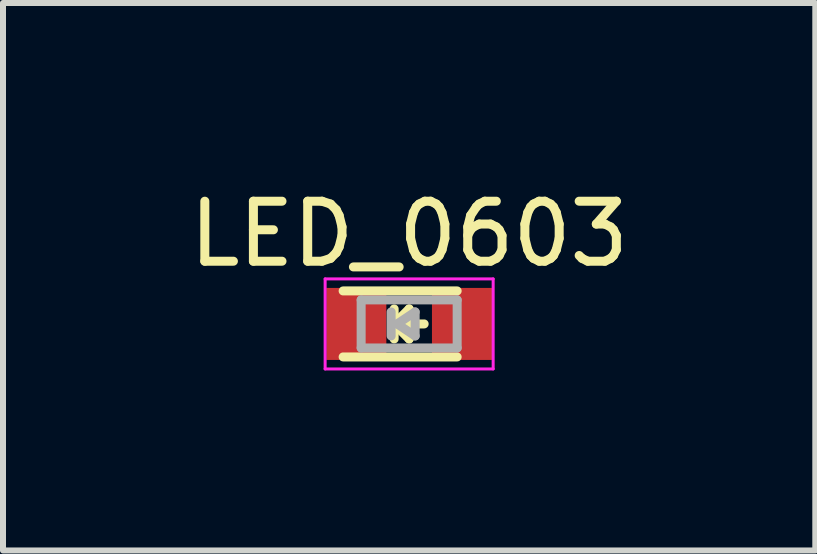
<source format=kicad_pcb>
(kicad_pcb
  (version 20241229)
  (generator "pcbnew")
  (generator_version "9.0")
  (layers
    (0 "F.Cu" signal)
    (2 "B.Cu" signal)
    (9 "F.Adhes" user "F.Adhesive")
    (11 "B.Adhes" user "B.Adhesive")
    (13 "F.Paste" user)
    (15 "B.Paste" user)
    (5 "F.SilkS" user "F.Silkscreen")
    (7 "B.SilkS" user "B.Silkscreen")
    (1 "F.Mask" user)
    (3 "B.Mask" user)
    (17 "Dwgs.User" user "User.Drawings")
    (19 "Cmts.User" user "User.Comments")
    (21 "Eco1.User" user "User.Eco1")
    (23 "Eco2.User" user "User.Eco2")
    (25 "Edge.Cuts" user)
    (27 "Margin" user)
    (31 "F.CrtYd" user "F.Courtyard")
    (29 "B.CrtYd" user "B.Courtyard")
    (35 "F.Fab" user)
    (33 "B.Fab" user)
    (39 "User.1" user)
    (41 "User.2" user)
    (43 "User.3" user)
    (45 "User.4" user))
  (footprint "LED_0603"
    (layer "F.Cu")
    (at 3.768 2.348)
    (property "Reference" "LED_0603" (at 0 -1.5 0) (layer "F.SilkS") (effects (font (size 1 1) (thickness 0.15))))
    (attr smd)
    (fp_line (start -1.1 -0.55) (end 0.8 -0.55) (stroke (width 0.15) (type solid)) (layer "F.SilkS"))
    (fp_line (start -1.1 0.55) (end 0.8 0.55) (stroke (width 0.15) (type solid)) (layer "F.SilkS"))
    (fp_line (start -0.25 -0.25) (end -0.25 0.25) (stroke (width 0.15) (type solid)) (layer "F.SilkS"))
    (fp_line (start -0.25 0) (end 0 -0.25) (stroke (width 0.15) (type solid)) (layer "F.SilkS"))
    (fp_line (start -0.2 0) (end 0.25 0) (stroke (width 0.15) (type solid)) (layer "F.SilkS"))
    (fp_line (start 0 -0.25) (end 0 0.25) (stroke (width 0.15) (type solid)) (layer "F.SilkS"))
    (fp_line (start 0 0.25) (end -0.25 0) (stroke (width 0.15) (type solid)) (layer "F.SilkS"))
    (fp_line (start -1.4 -0.75) (end 1.4 -0.75) (stroke (width 0.05) (type solid)) (layer "F.CrtYd"))
    (fp_line (start -1.4 0.75) (end -1.4 -0.75) (stroke (width 0.05) (type solid)) (layer "F.CrtYd"))
    (fp_line (start 1.4 -0.75) (end 1.4 0.75) (stroke (width 0.05) (type solid)) (layer "F.CrtYd"))
    (fp_line (start 1.4 0.75) (end -1.4 0.75) (stroke (width 0.05) (type solid)) (layer "F.CrtYd"))
    (fp_line (start -0.8 -0.4) (end 0.8 -0.4) (stroke (width 0.15) (type solid)) (layer "F.Fab"))
    (fp_line (start -0.8 0.4) (end -0.8 -0.4) (stroke (width 0.15) (type solid)) (layer "F.Fab"))
    (fp_line (start -0.3 -0.2) (end -0.3 0.2) (stroke (width 0.15) (type solid)) (layer "F.Fab"))
    (fp_line (start -0.2 0) (end 0.1 -0.2) (stroke (width 0.15) (type solid)) (layer "F.Fab"))
    (fp_line (start 0.1 -0.2) (end 0.1 0.2) (stroke (width 0.15) (type solid)) (layer "F.Fab"))
    (fp_line (start 0.1 0.2) (end -0.2 0) (stroke (width 0.15) (type solid)) (layer "F.Fab"))
    (fp_line (start 0.8 -0.4) (end 0.8 0.4) (stroke (width 0.15) (type solid)) (layer "F.Fab"))
    (fp_line (start 0.8 0.4) (end -0.8 0.4) (stroke (width 0.15) (type solid)) (layer "F.Fab"))
    (pad "1" smd rect (at 0.88 0 180) (size 1 1.2) (layers "F.Cu" "F.Mask" "F.Paste"))
    (pad "2" smd rect (at -0.88 0 180) (size 1 1.2) (layers "F.Cu" "F.Mask" "F.Paste")))
  (gr_rect
    (start -3 -3)
    (end 10.536 6.123)
    (stroke (width 0.1) (type default))
    (fill no)
    (layer "Edge.Cuts")))
</source>
